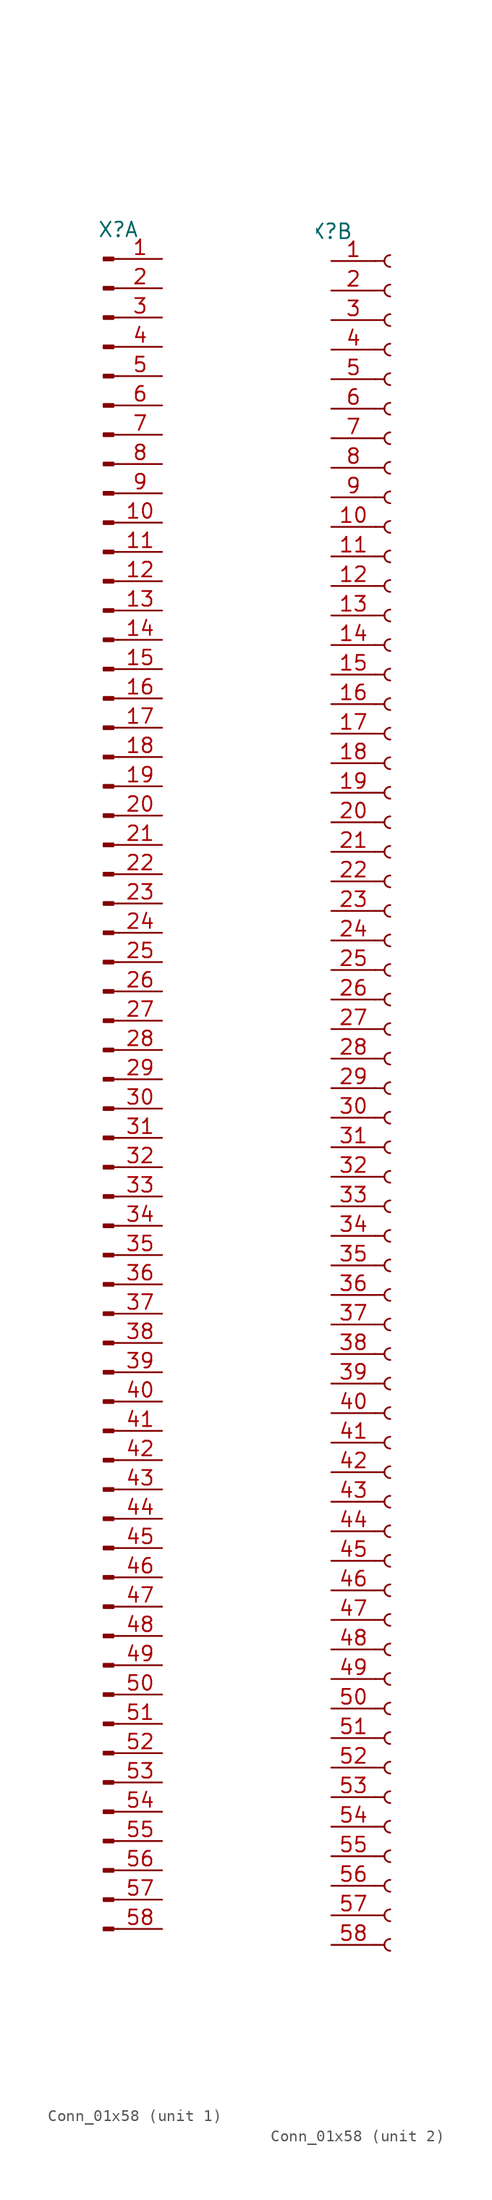
<source format=kicad_sym>
(kicad_symbol_lib
  (version 20241209)
  (generator "kicad_symbol_editor")
  (generator_version "9.0")
  (symbol "Conn_01x58"
    (pin_names
      (offset 1.016)
      (hide yes))
    (property "Reference" "X"
      (at 0 73.66 0)
      (effects (font (size 1.27 1.27))))
    (property "ki_locked" ""
      (at 0 0 0)
      (effects (font (size 1.27 1.27))))
    (symbol "Conn_01x58_1_1"
      (rectangle (start -0.406 71.247) (end -1.27 70.993) (stroke (width 0.152) (type default)) (fill (type outline)))
      (rectangle (start -0.406 68.707) (end -1.27 68.453) (stroke (width 0.152) (type default)) (fill (type outline)))
      (rectangle (start -0.406 66.167) (end -1.27 65.913) (stroke (width 0.152) (type default)) (fill (type outline)))
      (rectangle (start -0.406 63.627) (end -1.27 63.373) (stroke (width 0.152) (type default)) (fill (type outline)))
      (rectangle (start -0.406 61.087) (end -1.27 60.833) (stroke (width 0.152) (type default)) (fill (type outline)))
      (rectangle (start -0.406 58.547) (end -1.27 58.293) (stroke (width 0.152) (type default)) (fill (type outline)))
      (rectangle (start -0.406 56.007) (end -1.27 55.753) (stroke (width 0.152) (type default)) (fill (type outline)))
      (rectangle (start -0.406 53.467) (end -1.27 53.213) (stroke (width 0.152) (type default)) (fill (type outline)))
      (rectangle (start -0.406 50.927) (end -1.27 50.673) (stroke (width 0.152) (type default)) (fill (type outline)))
      (rectangle (start -0.406 48.387) (end -1.27 48.133) (stroke (width 0.152) (type default)) (fill (type outline)))
      (rectangle (start -0.406 45.847) (end -1.27 45.593) (stroke (width 0.152) (type default)) (fill (type outline)))
      (rectangle (start -0.406 43.307) (end -1.27 43.053) (stroke (width 0.152) (type default)) (fill (type outline)))
      (rectangle (start -0.406 40.767) (end -1.27 40.513) (stroke (width 0.152) (type default)) (fill (type outline)))
      (rectangle (start -0.406 38.227) (end -1.27 37.973) (stroke (width 0.152) (type default)) (fill (type outline)))
      (rectangle (start -0.406 35.687) (end -1.27 35.433) (stroke (width 0.152) (type default)) (fill (type outline)))
      (rectangle (start -0.406 33.147) (end -1.27 32.893) (stroke (width 0.152) (type default)) (fill (type outline)))
      (rectangle (start -0.406 30.607) (end -1.27 30.353) (stroke (width 0.152) (type default)) (fill (type outline)))
      (rectangle (start -0.406 28.067) (end -1.27 27.813) (stroke (width 0.152) (type default)) (fill (type outline)))
      (rectangle (start -0.406 25.527) (end -1.27 25.273) (stroke (width 0.152) (type default)) (fill (type outline)))
      (rectangle (start -0.406 22.987) (end -1.27 22.733) (stroke (width 0.152) (type default)) (fill (type outline)))
      (rectangle (start -0.406 20.447) (end -1.27 20.193) (stroke (width 0.152) (type default)) (fill (type outline)))
      (rectangle (start -0.406 17.907) (end -1.27 17.653) (stroke (width 0.152) (type default)) (fill (type outline)))
      (rectangle (start -0.406 15.367) (end -1.27 15.113) (stroke (width 0.152) (type default)) (fill (type outline)))
      (rectangle (start -0.406 12.827) (end -1.27 12.573) (stroke (width 0.152) (type default)) (fill (type outline)))
      (rectangle (start -0.406 10.287) (end -1.27 10.033) (stroke (width 0.152) (type default)) (fill (type outline)))
      (rectangle (start -0.406 7.747) (end -1.27 7.493) (stroke (width 0.152) (type default)) (fill (type outline)))
      (rectangle (start -0.406 5.207) (end -1.27 4.953) (stroke (width 0.152) (type default)) (fill (type outline)))
      (rectangle (start -0.406 2.667) (end -1.27 2.413) (stroke (width 0.152) (type default)) (fill (type outline)))
      (rectangle (start -0.406 0.127) (end -1.27 -0.127) (stroke (width 0.152) (type default)) (fill (type outline)))
      (rectangle (start -0.406 -2.413) (end -1.27 -2.667) (stroke (width 0.152) (type default)) (fill (type outline)))
      (rectangle (start -0.406 -4.953) (end -1.27 -5.207) (stroke (width 0.152) (type default)) (fill (type outline)))
      (rectangle (start -0.406 -7.493) (end -1.27 -7.747) (stroke (width 0.152) (type default)) (fill (type outline)))
      (rectangle (start -0.406 -10.033) (end -1.27 -10.287) (stroke (width 0.152) (type default)) (fill (type outline)))
      (rectangle (start -0.406 -12.573) (end -1.27 -12.827) (stroke (width 0.152) (type default)) (fill (type outline)))
      (rectangle (start -0.406 -15.113) (end -1.27 -15.367) (stroke (width 0.152) (type default)) (fill (type outline)))
      (rectangle (start -0.406 -17.653) (end -1.27 -17.907) (stroke (width 0.152) (type default)) (fill (type outline)))
      (rectangle (start -0.406 -20.193) (end -1.27 -20.447) (stroke (width 0.152) (type default)) (fill (type outline)))
      (rectangle (start -0.406 -22.733) (end -1.27 -22.987) (stroke (width 0.152) (type default)) (fill (type outline)))
      (rectangle (start -0.406 -25.273) (end -1.27 -25.527) (stroke (width 0.152) (type default)) (fill (type outline)))
      (rectangle (start -0.406 -27.813) (end -1.27 -28.067) (stroke (width 0.152) (type default)) (fill (type outline)))
      (rectangle (start -0.406 -30.353) (end -1.27 -30.607) (stroke (width 0.152) (type default)) (fill (type outline)))
      (rectangle (start -0.406 -32.893) (end -1.27 -33.147) (stroke (width 0.152) (type default)) (fill (type outline)))
      (rectangle (start -0.406 -35.433) (end -1.27 -35.687) (stroke (width 0.152) (type default)) (fill (type outline)))
      (rectangle (start -0.406 -37.973) (end -1.27 -38.227) (stroke (width 0.152) (type default)) (fill (type outline)))
      (rectangle (start -0.406 -40.513) (end -1.27 -40.767) (stroke (width 0.152) (type default)) (fill (type outline)))
      (rectangle (start -0.406 -43.053) (end -1.27 -43.307) (stroke (width 0.152) (type default)) (fill (type outline)))
      (rectangle (start -0.406 -45.593) (end -1.27 -45.847) (stroke (width 0.152) (type default)) (fill (type outline)))
      (rectangle (start -0.406 -48.133) (end -1.27 -48.387) (stroke (width 0.152) (type default)) (fill (type outline)))
      (rectangle (start -0.406 -50.673) (end -1.27 -50.927) (stroke (width 0.152) (type default)) (fill (type outline)))
      (rectangle (start -0.406 -53.213) (end -1.27 -53.467) (stroke (width 0.152) (type default)) (fill (type outline)))
      (rectangle (start -0.406 -55.753) (end -1.27 -56.007) (stroke (width 0.152) (type default)) (fill (type outline)))
      (rectangle (start -0.406 -58.293) (end -1.27 -58.547) (stroke (width 0.152) (type default)) (fill (type outline)))
      (rectangle (start -0.406 -60.833) (end -1.27 -61.087) (stroke (width 0.152) (type default)) (fill (type outline)))
      (rectangle (start -0.406 -63.373) (end -1.27 -63.627) (stroke (width 0.152) (type default)) (fill (type outline)))
      (rectangle (start -0.406 -65.913) (end -1.27 -66.167) (stroke (width 0.152) (type default)) (fill (type outline)))
      (rectangle (start -0.406 -68.453) (end -1.27 -68.707) (stroke (width 0.152) (type default)) (fill (type outline)))
      (rectangle (start -0.406 -70.993) (end -1.27 -71.247) (stroke (width 0.152) (type default)) (fill (type outline)))
      (rectangle (start -0.406 -73.533) (end -1.27 -73.787) (stroke (width 0.152) (type default)) (fill (type outline)))
      (polyline (pts (xy 0 71.12) (xy -0.406 71.12)) (stroke (width 0.152) (type default)) (fill (type none)))
      (polyline (pts (xy 0 68.58) (xy -0.406 68.58)) (stroke (width 0.152) (type default)) (fill (type none)))
      (polyline (pts (xy 0 66.04) (xy -0.406 66.04)) (stroke (width 0.152) (type default)) (fill (type none)))
      (polyline (pts (xy 0 63.5) (xy -0.406 63.5)) (stroke (width 0.152) (type default)) (fill (type none)))
      (polyline (pts (xy 0 60.96) (xy -0.406 60.96)) (stroke (width 0.152) (type default)) (fill (type none)))
      (polyline (pts (xy 0 58.42) (xy -0.406 58.42)) (stroke (width 0.152) (type default)) (fill (type none)))
      (polyline (pts (xy 0 55.88) (xy -0.406 55.88)) (stroke (width 0.152) (type default)) (fill (type none)))
      (polyline (pts (xy 0 53.34) (xy -0.406 53.34)) (stroke (width 0.152) (type default)) (fill (type none)))
      (polyline (pts (xy 0 50.8) (xy -0.406 50.8)) (stroke (width 0.152) (type default)) (fill (type none)))
      (polyline (pts (xy 0 48.26) (xy -0.406 48.26)) (stroke (width 0.152) (type default)) (fill (type none)))
      (polyline (pts (xy 0 45.72) (xy -0.406 45.72)) (stroke (width 0.152) (type default)) (fill (type none)))
      (polyline (pts (xy 0 43.18) (xy -0.406 43.18)) (stroke (width 0.152) (type default)) (fill (type none)))
      (polyline (pts (xy 0 40.64) (xy -0.406 40.64)) (stroke (width 0.152) (type default)) (fill (type none)))
      (polyline (pts (xy 0 38.1) (xy -0.406 38.1)) (stroke (width 0.152) (type default)) (fill (type none)))
      (polyline (pts (xy 0 35.56) (xy -0.406 35.56)) (stroke (width 0.152) (type default)) (fill (type none)))
      (polyline (pts (xy 0 33.02) (xy -0.406 33.02)) (stroke (width 0.152) (type default)) (fill (type none)))
      (polyline (pts (xy 0 30.48) (xy -0.406 30.48)) (stroke (width 0.152) (type default)) (fill (type none)))
      (polyline (pts (xy 0 27.94) (xy -0.406 27.94)) (stroke (width 0.152) (type default)) (fill (type none)))
      (polyline (pts (xy 0 25.4) (xy -0.406 25.4)) (stroke (width 0.152) (type default)) (fill (type none)))
      (polyline (pts (xy 0 22.86) (xy -0.406 22.86)) (stroke (width 0.152) (type default)) (fill (type none)))
      (polyline (pts (xy 0 20.32) (xy -0.406 20.32)) (stroke (width 0.152) (type default)) (fill (type none)))
      (polyline (pts (xy 0 17.78) (xy -0.406 17.78)) (stroke (width 0.152) (type default)) (fill (type none)))
      (polyline (pts (xy 0 15.24) (xy -0.406 15.24)) (stroke (width 0.152) (type default)) (fill (type none)))
      (polyline (pts (xy 0 12.7) (xy -0.406 12.7)) (stroke (width 0.152) (type default)) (fill (type none)))
      (polyline (pts (xy 0 10.16) (xy -0.406 10.16)) (stroke (width 0.152) (type default)) (fill (type none)))
      (polyline (pts (xy 0 7.62) (xy -0.406 7.62)) (stroke (width 0.152) (type default)) (fill (type none)))
      (polyline (pts (xy 0 5.08) (xy -0.406 5.08)) (stroke (width 0.152) (type default)) (fill (type none)))
      (polyline (pts (xy 0 2.54) (xy -0.406 2.54)) (stroke (width 0.152) (type default)) (fill (type none)))
      (polyline (pts (xy 0 0) (xy -0.406 0)) (stroke (width 0.152) (type default)) (fill (type none)))
      (polyline (pts (xy 0 -2.54) (xy -0.406 -2.54)) (stroke (width 0.152) (type default)) (fill (type none)))
      (polyline (pts (xy 0 -5.08) (xy -0.406 -5.08)) (stroke (width 0.152) (type default)) (fill (type none)))
      (polyline (pts (xy 0 -7.62) (xy -0.406 -7.62)) (stroke (width 0.152) (type default)) (fill (type none)))
      (polyline (pts (xy 0 -10.16) (xy -0.406 -10.16)) (stroke (width 0.152) (type default)) (fill (type none)))
      (polyline (pts (xy 0 -12.7) (xy -0.406 -12.7)) (stroke (width 0.152) (type default)) (fill (type none)))
      (polyline (pts (xy 0 -15.24) (xy -0.406 -15.24)) (stroke (width 0.152) (type default)) (fill (type none)))
      (polyline (pts (xy 0 -17.78) (xy -0.406 -17.78)) (stroke (width 0.152) (type default)) (fill (type none)))
      (polyline (pts (xy 0 -20.32) (xy -0.406 -20.32)) (stroke (width 0.152) (type default)) (fill (type none)))
      (polyline (pts (xy 0 -22.86) (xy -0.406 -22.86)) (stroke (width 0.152) (type default)) (fill (type none)))
      (polyline (pts (xy 0 -25.4) (xy -0.406 -25.4)) (stroke (width 0.152) (type default)) (fill (type none)))
      (polyline (pts (xy 0 -27.94) (xy -0.406 -27.94)) (stroke (width 0.152) (type default)) (fill (type none)))
      (polyline (pts (xy 0 -30.48) (xy -0.406 -30.48)) (stroke (width 0.152) (type default)) (fill (type none)))
      (polyline (pts (xy 0 -33.02) (xy -0.406 -33.02)) (stroke (width 0.152) (type default)) (fill (type none)))
      (polyline (pts (xy 0 -35.56) (xy -0.406 -35.56)) (stroke (width 0.152) (type default)) (fill (type none)))
      (polyline (pts (xy 0 -38.1) (xy -0.406 -38.1)) (stroke (width 0.152) (type default)) (fill (type none)))
      (polyline (pts (xy 0 -40.64) (xy -0.406 -40.64)) (stroke (width 0.152) (type default)) (fill (type none)))
      (polyline (pts (xy 0 -43.18) (xy -0.406 -43.18)) (stroke (width 0.152) (type default)) (fill (type none)))
      (polyline (pts (xy 0 -45.72) (xy -0.406 -45.72)) (stroke (width 0.152) (type default)) (fill (type none)))
      (polyline (pts (xy 0 -48.26) (xy -0.406 -48.26)) (stroke (width 0.152) (type default)) (fill (type none)))
      (polyline (pts (xy 0 -50.8) (xy -0.406 -50.8)) (stroke (width 0.152) (type default)) (fill (type none)))
      (polyline (pts (xy 0 -53.34) (xy -0.406 -53.34)) (stroke (width 0.152) (type default)) (fill (type none)))
      (polyline (pts (xy 0 -55.88) (xy -0.406 -55.88)) (stroke (width 0.152) (type default)) (fill (type none)))
      (polyline (pts (xy 0 -58.42) (xy -0.406 -58.42)) (stroke (width 0.152) (type default)) (fill (type none)))
      (polyline (pts (xy 0 -60.96) (xy -0.406 -60.96)) (stroke (width 0.152) (type default)) (fill (type none)))
      (polyline (pts (xy 0 -63.5) (xy -0.406 -63.5)) (stroke (width 0.152) (type default)) (fill (type none)))
      (polyline (pts (xy 0 -66.04) (xy -0.406 -66.04)) (stroke (width 0.152) (type default)) (fill (type none)))
      (polyline (pts (xy 0 -68.58) (xy -0.406 -68.58)) (stroke (width 0.152) (type default)) (fill (type none)))
      (polyline (pts (xy 0 -71.12) (xy -0.406 -71.12)) (stroke (width 0.152) (type default)) (fill (type none)))
      (polyline (pts (xy 0 -73.66) (xy -0.406 -73.66)) (stroke (width 0.152) (type default)) (fill (type none)))
      (pin passive line (at 3.81 71.12 180) (length 3.81) (name "Pin_1" (effects (font (size 1.27 1.27)))) (number "1" (effects (font (size 1.27 1.27)))))
      (pin passive line (at 3.81 68.58 180) (length 3.81) (name "Pin_2" (effects (font (size 1.27 1.27)))) (number "2" (effects (font (size 1.27 1.27)))))
      (pin passive line (at 3.81 66.04 180) (length 3.81) (name "Pin_3" (effects (font (size 1.27 1.27)))) (number "3" (effects (font (size 1.27 1.27)))))
      (pin passive line (at 3.81 63.5 180) (length 3.81) (name "Pin_4" (effects (font (size 1.27 1.27)))) (number "4" (effects (font (size 1.27 1.27)))))
      (pin passive line (at 3.81 60.96 180) (length 3.81) (name "Pin_5" (effects (font (size 1.27 1.27)))) (number "5" (effects (font (size 1.27 1.27)))))
      (pin passive line (at 3.81 58.42 180) (length 3.81) (name "Pin_6" (effects (font (size 1.27 1.27)))) (number "6" (effects (font (size 1.27 1.27)))))
      (pin passive line (at 3.81 55.88 180) (length 3.81) (name "Pin_7" (effects (font (size 1.27 1.27)))) (number "7" (effects (font (size 1.27 1.27)))))
      (pin passive line (at 3.81 53.34 180) (length 3.81) (name "Pin_8" (effects (font (size 1.27 1.27)))) (number "8" (effects (font (size 1.27 1.27)))))
      (pin passive line (at 3.81 50.8 180) (length 3.81) (name "Pin_9" (effects (font (size 1.27 1.27)))) (number "9" (effects (font (size 1.27 1.27)))))
      (pin passive line (at 3.81 48.26 180) (length 3.81) (name "Pin_10" (effects (font (size 1.27 1.27)))) (number "10" (effects (font (size 1.27 1.27)))))
      (pin passive line (at 3.81 45.72 180) (length 3.81) (name "Pin_11" (effects (font (size 1.27 1.27)))) (number "11" (effects (font (size 1.27 1.27)))))
      (pin passive line (at 3.81 43.18 180) (length 3.81) (name "Pin_12" (effects (font (size 1.27 1.27)))) (number "12" (effects (font (size 1.27 1.27)))))
      (pin passive line (at 3.81 40.64 180) (length 3.81) (name "Pin_13" (effects (font (size 1.27 1.27)))) (number "13" (effects (font (size 1.27 1.27)))))
      (pin passive line (at 3.81 38.1 180) (length 3.81) (name "Pin_14" (effects (font (size 1.27 1.27)))) (number "14" (effects (font (size 1.27 1.27)))))
      (pin passive line (at 3.81 35.56 180) (length 3.81) (name "Pin_15" (effects (font (size 1.27 1.27)))) (number "15" (effects (font (size 1.27 1.27)))))
      (pin passive line (at 3.81 33.02 180) (length 3.81) (name "Pin_16" (effects (font (size 1.27 1.27)))) (number "16" (effects (font (size 1.27 1.27)))))
      (pin passive line (at 3.81 30.48 180) (length 3.81) (name "Pin_17" (effects (font (size 1.27 1.27)))) (number "17" (effects (font (size 1.27 1.27)))))
      (pin passive line (at 3.81 27.94 180) (length 3.81) (name "Pin_18" (effects (font (size 1.27 1.27)))) (number "18" (effects (font (size 1.27 1.27)))))
      (pin passive line (at 3.81 25.4 180) (length 3.81) (name "Pin_19" (effects (font (size 1.27 1.27)))) (number "19" (effects (font (size 1.27 1.27)))))
      (pin passive line (at 3.81 22.86 180) (length 3.81) (name "Pin_20" (effects (font (size 1.27 1.27)))) (number "20" (effects (font (size 1.27 1.27)))))
      (pin passive line (at 3.81 20.32 180) (length 3.81) (name "Pin_21" (effects (font (size 1.27 1.27)))) (number "21" (effects (font (size 1.27 1.27)))))
      (pin passive line (at 3.81 17.78 180) (length 3.81) (name "Pin_22" (effects (font (size 1.27 1.27)))) (number "22" (effects (font (size 1.27 1.27)))))
      (pin passive line (at 3.81 15.24 180) (length 3.81) (name "Pin_23" (effects (font (size 1.27 1.27)))) (number "23" (effects (font (size 1.27 1.27)))))
      (pin passive line (at 3.81 12.7 180) (length 3.81) (name "Pin_24" (effects (font (size 1.27 1.27)))) (number "24" (effects (font (size 1.27 1.27)))))
      (pin passive line (at 3.81 10.16 180) (length 3.81) (name "Pin_25" (effects (font (size 1.27 1.27)))) (number "25" (effects (font (size 1.27 1.27)))))
      (pin passive line (at 3.81 7.62 180) (length 3.81) (name "Pin_26" (effects (font (size 1.27 1.27)))) (number "26" (effects (font (size 1.27 1.27)))))
      (pin passive line (at 3.81 5.08 180) (length 3.81) (name "Pin_27" (effects (font (size 1.27 1.27)))) (number "27" (effects (font (size 1.27 1.27)))))
      (pin passive line (at 3.81 2.54 180) (length 3.81) (name "Pin_28" (effects (font (size 1.27 1.27)))) (number "28" (effects (font (size 1.27 1.27)))))
      (pin passive line (at 3.81 0 180) (length 3.81) (name "Pin_29" (effects (font (size 1.27 1.27)))) (number "29" (effects (font (size 1.27 1.27)))))
      (pin passive line (at 3.81 -2.54 180) (length 3.81) (name "Pin_30" (effects (font (size 1.27 1.27)))) (number "30" (effects (font (size 1.27 1.27)))))
      (pin passive line (at 3.81 -5.08 180) (length 3.81) (name "Pin_31" (effects (font (size 1.27 1.27)))) (number "31" (effects (font (size 1.27 1.27)))))
      (pin passive line (at 3.81 -7.62 180) (length 3.81) (name "Pin_32" (effects (font (size 1.27 1.27)))) (number "32" (effects (font (size 1.27 1.27)))))
      (pin passive line (at 3.81 -10.16 180) (length 3.81) (name "Pin_33" (effects (font (size 1.27 1.27)))) (number "33" (effects (font (size 1.27 1.27)))))
      (pin passive line (at 3.81 -12.7 180) (length 3.81) (name "Pin_34" (effects (font (size 1.27 1.27)))) (number "34" (effects (font (size 1.27 1.27)))))
      (pin passive line (at 3.81 -15.24 180) (length 3.81) (name "Pin_35" (effects (font (size 1.27 1.27)))) (number "35" (effects (font (size 1.27 1.27)))))
      (pin passive line (at 3.81 -17.78 180) (length 3.81) (name "Pin_36" (effects (font (size 1.27 1.27)))) (number "36" (effects (font (size 1.27 1.27)))))
      (pin passive line (at 3.81 -20.32 180) (length 3.81) (name "Pin_37" (effects (font (size 1.27 1.27)))) (number "37" (effects (font (size 1.27 1.27)))))
      (pin passive line (at 3.81 -22.86 180) (length 3.81) (name "Pin_38" (effects (font (size 1.27 1.27)))) (number "38" (effects (font (size 1.27 1.27)))))
      (pin passive line (at 3.81 -25.4 180) (length 3.81) (name "Pin_39" (effects (font (size 1.27 1.27)))) (number "39" (effects (font (size 1.27 1.27)))))
      (pin passive line (at 3.81 -27.94 180) (length 3.81) (name "Pin_40" (effects (font (size 1.27 1.27)))) (number "40" (effects (font (size 1.27 1.27)))))
      (pin passive line (at 3.81 -30.48 180) (length 3.81) (name "Pin_41" (effects (font (size 1.27 1.27)))) (number "41" (effects (font (size 1.27 1.27)))))
      (pin passive line (at 3.81 -33.02 180) (length 3.81) (name "Pin_42" (effects (font (size 1.27 1.27)))) (number "42" (effects (font (size 1.27 1.27)))))
      (pin passive line (at 3.81 -35.56 180) (length 3.81) (name "Pin_43" (effects (font (size 1.27 1.27)))) (number "43" (effects (font (size 1.27 1.27)))))
      (pin passive line (at 3.81 -38.1 180) (length 3.81) (name "Pin_44" (effects (font (size 1.27 1.27)))) (number "44" (effects (font (size 1.27 1.27)))))
      (pin passive line (at 3.81 -40.64 180) (length 3.81) (name "Pin_45" (effects (font (size 1.27 1.27)))) (number "45" (effects (font (size 1.27 1.27)))))
      (pin passive line (at 3.81 -43.18 180) (length 3.81) (name "Pin_46" (effects (font (size 1.27 1.27)))) (number "46" (effects (font (size 1.27 1.27)))))
      (pin passive line (at 3.81 -45.72 180) (length 3.81) (name "Pin_47" (effects (font (size 1.27 1.27)))) (number "47" (effects (font (size 1.27 1.27)))))
      (pin passive line (at 3.81 -48.26 180) (length 3.81) (name "Pin_48" (effects (font (size 1.27 1.27)))) (number "48" (effects (font (size 1.27 1.27)))))
      (pin passive line (at 3.81 -50.8 180) (length 3.81) (name "Pin_49" (effects (font (size 1.27 1.27)))) (number "49" (effects (font (size 1.27 1.27)))))
      (pin passive line (at 3.81 -53.34 180) (length 3.81) (name "Pin_50" (effects (font (size 1.27 1.27)))) (number "50" (effects (font (size 1.27 1.27)))))
      (pin passive line (at 3.81 -55.88 180) (length 3.81) (name "Pin_51" (effects (font (size 1.27 1.27)))) (number "51" (effects (font (size 1.27 1.27)))))
      (pin passive line (at 3.81 -58.42 180) (length 3.81) (name "Pin_52" (effects (font (size 1.27 1.27)))) (number "52" (effects (font (size 1.27 1.27)))))
      (pin passive line (at 3.81 -60.96 180) (length 3.81) (name "Pin_53" (effects (font (size 1.27 1.27)))) (number "53" (effects (font (size 1.27 1.27)))))
      (pin passive line (at 3.81 -63.5 180) (length 3.81) (name "Pin_54" (effects (font (size 1.27 1.27)))) (number "54" (effects (font (size 1.27 1.27)))))
      (pin passive line (at 3.81 -66.04 180) (length 3.81) (name "Pin_55" (effects (font (size 1.27 1.27)))) (number "55" (effects (font (size 1.27 1.27)))))
      (pin passive line (at 3.81 -68.58 180) (length 3.81) (name "Pin_56" (effects (font (size 1.27 1.27)))) (number "56" (effects (font (size 1.27 1.27)))))
      (pin passive line (at 3.81 -71.12 180) (length 3.81) (name "Pin_57" (effects (font (size 1.27 1.27)))) (number "57" (effects (font (size 1.27 1.27)))))
      (pin passive line (at 3.81 -73.66 180) (length 3.81) (name "Pin_58" (effects (font (size 1.27 1.27)))) (number "58" (effects (font (size 1.27 1.27))))))
    (symbol "Conn_01x58_2_1"
      (polyline (pts (xy 3.81 71.12) (xy 4.572 71.12)) (stroke (width 0.152) (type default)) (fill (type none)))
      (polyline (pts (xy 3.81 68.58) (xy 4.572 68.58)) (stroke (width 0.152) (type default)) (fill (type none)))
      (polyline (pts (xy 3.81 66.04) (xy 4.572 66.04)) (stroke (width 0.152) (type default)) (fill (type none)))
      (polyline (pts (xy 3.81 63.5) (xy 4.572 63.5)) (stroke (width 0.152) (type default)) (fill (type none)))
      (polyline (pts (xy 3.81 60.96) (xy 4.572 60.96)) (stroke (width 0.152) (type default)) (fill (type none)))
      (polyline (pts (xy 3.81 58.42) (xy 4.572 58.42)) (stroke (width 0.152) (type default)) (fill (type none)))
      (polyline (pts (xy 3.81 55.88) (xy 4.572 55.88)) (stroke (width 0.152) (type default)) (fill (type none)))
      (polyline (pts (xy 3.81 53.34) (xy 4.572 53.34)) (stroke (width 0.152) (type default)) (fill (type none)))
      (polyline (pts (xy 3.81 50.8) (xy 4.572 50.8)) (stroke (width 0.152) (type default)) (fill (type none)))
      (polyline (pts (xy 3.81 48.26) (xy 4.572 48.26)) (stroke (width 0.152) (type default)) (fill (type none)))
      (polyline (pts (xy 3.81 45.72) (xy 4.572 45.72)) (stroke (width 0.152) (type default)) (fill (type none)))
      (polyline (pts (xy 3.81 43.18) (xy 4.572 43.18)) (stroke (width 0.152) (type default)) (fill (type none)))
      (polyline (pts (xy 3.81 40.64) (xy 4.572 40.64)) (stroke (width 0.152) (type default)) (fill (type none)))
      (polyline (pts (xy 3.81 38.1) (xy 4.572 38.1)) (stroke (width 0.152) (type default)) (fill (type none)))
      (polyline (pts (xy 3.81 35.56) (xy 4.572 35.56)) (stroke (width 0.152) (type default)) (fill (type none)))
      (polyline (pts (xy 3.81 33.02) (xy 4.572 33.02)) (stroke (width 0.152) (type default)) (fill (type none)))
      (polyline (pts (xy 3.81 30.48) (xy 4.572 30.48)) (stroke (width 0.152) (type default)) (fill (type none)))
      (polyline (pts (xy 3.81 27.94) (xy 4.572 27.94)) (stroke (width 0.152) (type default)) (fill (type none)))
      (polyline (pts (xy 3.81 25.4) (xy 4.572 25.4)) (stroke (width 0.152) (type default)) (fill (type none)))
      (polyline (pts (xy 3.81 22.86) (xy 4.572 22.86)) (stroke (width 0.152) (type default)) (fill (type none)))
      (polyline (pts (xy 3.81 20.32) (xy 4.572 20.32)) (stroke (width 0.152) (type default)) (fill (type none)))
      (polyline (pts (xy 3.81 17.78) (xy 4.572 17.78)) (stroke (width 0.152) (type default)) (fill (type none)))
      (polyline (pts (xy 3.81 15.24) (xy 4.572 15.24)) (stroke (width 0.152) (type default)) (fill (type none)))
      (polyline (pts (xy 3.81 12.7) (xy 4.572 12.7)) (stroke (width 0.152) (type default)) (fill (type none)))
      (polyline (pts (xy 3.81 10.16) (xy 4.572 10.16)) (stroke (width 0.152) (type default)) (fill (type none)))
      (polyline (pts (xy 3.81 7.62) (xy 4.572 7.62)) (stroke (width 0.152) (type default)) (fill (type none)))
      (polyline (pts (xy 3.81 5.08) (xy 4.572 5.08)) (stroke (width 0.152) (type default)) (fill (type none)))
      (polyline (pts (xy 3.81 2.54) (xy 4.572 2.54)) (stroke (width 0.152) (type default)) (fill (type none)))
      (polyline (pts (xy 3.81 0) (xy 4.572 0)) (stroke (width 0.152) (type default)) (fill (type none)))
      (polyline (pts (xy 3.81 -2.54) (xy 4.572 -2.54)) (stroke (width 0.152) (type default)) (fill (type none)))
      (polyline (pts (xy 3.81 -5.08) (xy 4.572 -5.08)) (stroke (width 0.152) (type default)) (fill (type none)))
      (polyline (pts (xy 3.81 -7.62) (xy 4.572 -7.62)) (stroke (width 0.152) (type default)) (fill (type none)))
      (polyline (pts (xy 3.81 -10.16) (xy 4.572 -10.16)) (stroke (width 0.152) (type default)) (fill (type none)))
      (polyline (pts (xy 3.81 -12.7) (xy 4.572 -12.7)) (stroke (width 0.152) (type default)) (fill (type none)))
      (polyline (pts (xy 3.81 -15.24) (xy 4.572 -15.24)) (stroke (width 0.152) (type default)) (fill (type none)))
      (polyline (pts (xy 3.81 -17.78) (xy 4.572 -17.78)) (stroke (width 0.152) (type default)) (fill (type none)))
      (polyline (pts (xy 3.81 -20.32) (xy 4.572 -20.32)) (stroke (width 0.152) (type default)) (fill (type none)))
      (polyline (pts (xy 3.81 -22.86) (xy 4.572 -22.86)) (stroke (width 0.152) (type default)) (fill (type none)))
      (polyline (pts (xy 3.81 -25.4) (xy 4.572 -25.4)) (stroke (width 0.152) (type default)) (fill (type none)))
      (polyline (pts (xy 3.81 -27.94) (xy 4.572 -27.94)) (stroke (width 0.152) (type default)) (fill (type none)))
      (polyline (pts (xy 3.81 -30.48) (xy 4.572 -30.48)) (stroke (width 0.152) (type default)) (fill (type none)))
      (polyline (pts (xy 3.81 -33.02) (xy 4.572 -33.02)) (stroke (width 0.152) (type default)) (fill (type none)))
      (polyline (pts (xy 3.81 -35.56) (xy 4.572 -35.56)) (stroke (width 0.152) (type default)) (fill (type none)))
      (polyline (pts (xy 3.81 -38.1) (xy 4.572 -38.1)) (stroke (width 0.152) (type default)) (fill (type none)))
      (polyline (pts (xy 3.81 -40.64) (xy 4.572 -40.64)) (stroke (width 0.152) (type default)) (fill (type none)))
      (polyline (pts (xy 3.81 -43.18) (xy 4.572 -43.18)) (stroke (width 0.152) (type default)) (fill (type none)))
      (polyline (pts (xy 3.81 -45.72) (xy 4.572 -45.72)) (stroke (width 0.152) (type default)) (fill (type none)))
      (polyline (pts (xy 3.81 -48.26) (xy 4.572 -48.26)) (stroke (width 0.152) (type default)) (fill (type none)))
      (polyline (pts (xy 3.81 -50.8) (xy 4.572 -50.8)) (stroke (width 0.152) (type default)) (fill (type none)))
      (polyline (pts (xy 3.81 -53.34) (xy 4.572 -53.34)) (stroke (width 0.152) (type default)) (fill (type none)))
      (polyline (pts (xy 3.81 -55.88) (xy 4.572 -55.88)) (stroke (width 0.152) (type default)) (fill (type none)))
      (polyline (pts (xy 3.81 -58.42) (xy 4.572 -58.42)) (stroke (width 0.152) (type default)) (fill (type none)))
      (polyline (pts (xy 3.81 -60.96) (xy 4.572 -60.96)) (stroke (width 0.152) (type default)) (fill (type none)))
      (polyline (pts (xy 3.81 -63.5) (xy 4.572 -63.5)) (stroke (width 0.152) (type default)) (fill (type none)))
      (polyline (pts (xy 3.81 -66.04) (xy 4.572 -66.04)) (stroke (width 0.152) (type default)) (fill (type none)))
      (polyline (pts (xy 3.81 -68.58) (xy 4.572 -68.58)) (stroke (width 0.152) (type default)) (fill (type none)))
      (polyline (pts (xy 3.81 -71.12) (xy 4.572 -71.12)) (stroke (width 0.152) (type default)) (fill (type none)))
      (polyline (pts (xy 3.81 -73.66) (xy 4.572 -73.66)) (stroke (width 0.152) (type default)) (fill (type none)))
      (arc (start 5.08 70.612) (mid 4.5742 71.12) (end 5.08 71.628) (stroke (width 0.1524) (type default)) (fill (type none)))
      (arc (start 5.08 68.072) (mid 4.5742 68.58) (end 5.08 69.088) (stroke (width 0.1524) (type default)) (fill (type none)))
      (arc (start 5.08 65.532) (mid 4.5742 66.04) (end 5.08 66.548) (stroke (width 0.1524) (type default)) (fill (type none)))
      (arc (start 5.08 62.992) (mid 4.5742 63.5) (end 5.08 64.008) (stroke (width 0.1524) (type default)) (fill (type none)))
      (arc (start 5.08 60.452) (mid 4.5742 60.96) (end 5.08 61.468) (stroke (width 0.1524) (type default)) (fill (type none)))
      (arc (start 5.08 57.912) (mid 4.5742 58.42) (end 5.08 58.928) (stroke (width 0.1524) (type default)) (fill (type none)))
      (arc (start 5.08 55.372) (mid 4.5742 55.88) (end 5.08 56.388) (stroke (width 0.1524) (type default)) (fill (type none)))
      (arc (start 5.08 52.832) (mid 4.5742 53.34) (end 5.08 53.848) (stroke (width 0.1524) (type default)) (fill (type none)))
      (arc (start 5.08 50.292) (mid 4.5742 50.8) (end 5.08 51.308) (stroke (width 0.1524) (type default)) (fill (type none)))
      (arc (start 5.08 47.752) (mid 4.5742 48.26) (end 5.08 48.768) (stroke (width 0.1524) (type default)) (fill (type none)))
      (arc (start 5.08 45.212) (mid 4.5742 45.72) (end 5.08 46.228) (stroke (width 0.1524) (type default)) (fill (type none)))
      (arc (start 5.08 42.672) (mid 4.5742 43.18) (end 5.08 43.688) (stroke (width 0.1524) (type default)) (fill (type none)))
      (arc (start 5.08 40.132) (mid 4.5742 40.64) (end 5.08 41.148) (stroke (width 0.1524) (type default)) (fill (type none)))
      (arc (start 5.08 37.592) (mid 4.5742 38.1) (end 5.08 38.608) (stroke (width 0.1524) (type default)) (fill (type none)))
      (arc (start 5.08 35.052) (mid 4.5742 35.56) (end 5.08 36.068) (stroke (width 0.1524) (type default)) (fill (type none)))
      (arc (start 5.08 32.512) (mid 4.5742 33.02) (end 5.08 33.528) (stroke (width 0.1524) (type default)) (fill (type none)))
      (arc (start 5.08 29.972) (mid 4.5742 30.48) (end 5.08 30.988) (stroke (width 0.1524) (type default)) (fill (type none)))
      (arc (start 5.08 27.432) (mid 4.5742 27.94) (end 5.08 28.448) (stroke (width 0.1524) (type default)) (fill (type none)))
      (arc (start 5.08 24.892) (mid 4.5742 25.4) (end 5.08 25.908) (stroke (width 0.1524) (type default)) (fill (type none)))
      (arc (start 5.08 22.352) (mid 4.5742 22.86) (end 5.08 23.368) (stroke (width 0.1524) (type default)) (fill (type none)))
      (arc (start 5.08 19.812) (mid 4.5742 20.32) (end 5.08 20.828) (stroke (width 0.1524) (type default)) (fill (type none)))
      (arc (start 5.08 17.272) (mid 4.5742 17.78) (end 5.08 18.288) (stroke (width 0.1524) (type default)) (fill (type none)))
      (arc (start 5.08 14.732) (mid 4.5742 15.24) (end 5.08 15.748) (stroke (width 0.1524) (type default)) (fill (type none)))
      (arc (start 5.08 12.192) (mid 4.5742 12.7) (end 5.08 13.208) (stroke (width 0.1524) (type default)) (fill (type none)))
      (arc (start 5.08 9.652) (mid 4.5742 10.16) (end 5.08 10.668) (stroke (width 0.1524) (type default)) (fill (type none)))
      (arc (start 5.08 7.112) (mid 4.5742 7.62) (end 5.08 8.128) (stroke (width 0.1524) (type default)) (fill (type none)))
      (arc (start 5.08 4.572) (mid 4.5742 5.08) (end 5.08 5.588) (stroke (width 0.1524) (type default)) (fill (type none)))
      (arc (start 5.08 2.032) (mid 4.5742 2.54) (end 5.08 3.048) (stroke (width 0.1524) (type default)) (fill (type none)))
      (arc (start 5.08 -0.508) (mid 4.5742 0) (end 5.08 0.508) (stroke (width 0.1524) (type default)) (fill (type none)))
      (arc (start 5.08 -3.048) (mid 4.5742 -2.54) (end 5.08 -2.032) (stroke (width 0.1524) (type default)) (fill (type none)))
      (arc (start 5.08 -5.588) (mid 4.5742 -5.08) (end 5.08 -4.572) (stroke (width 0.1524) (type default)) (fill (type none)))
      (arc (start 5.08 -8.128) (mid 4.5742 -7.62) (end 5.08 -7.112) (stroke (width 0.1524) (type default)) (fill (type none)))
      (arc (start 5.08 -10.668) (mid 4.5742 -10.16) (end 5.08 -9.652) (stroke (width 0.1524) (type default)) (fill (type none)))
      (arc (start 5.08 -13.208) (mid 4.5742 -12.7) (end 5.08 -12.192) (stroke (width 0.1524) (type default)) (fill (type none)))
      (arc (start 5.08 -15.748) (mid 4.5742 -15.24) (end 5.08 -14.732) (stroke (width 0.1524) (type default)) (fill (type none)))
      (arc (start 5.08 -18.288) (mid 4.5742 -17.78) (end 5.08 -17.272) (stroke (width 0.1524) (type default)) (fill (type none)))
      (arc (start 5.08 -20.828) (mid 4.5742 -20.32) (end 5.08 -19.812) (stroke (width 0.1524) (type default)) (fill (type none)))
      (arc (start 5.08 -23.368) (mid 4.5742 -22.86) (end 5.08 -22.352) (stroke (width 0.1524) (type default)) (fill (type none)))
      (arc (start 5.08 -25.908) (mid 4.5742 -25.4) (end 5.08 -24.892) (stroke (width 0.1524) (type default)) (fill (type none)))
      (arc (start 5.08 -28.448) (mid 4.5742 -27.94) (end 5.08 -27.432) (stroke (width 0.1524) (type default)) (fill (type none)))
      (arc (start 5.08 -30.988) (mid 4.5742 -30.48) (end 5.08 -29.972) (stroke (width 0.1524) (type default)) (fill (type none)))
      (arc (start 5.08 -33.528) (mid 4.5742 -33.02) (end 5.08 -32.512) (stroke (width 0.1524) (type default)) (fill (type none)))
      (arc (start 5.08 -36.068) (mid 4.5742 -35.56) (end 5.08 -35.052) (stroke (width 0.1524) (type default)) (fill (type none)))
      (arc (start 5.08 -38.608) (mid 4.5742 -38.1) (end 5.08 -37.592) (stroke (width 0.1524) (type default)) (fill (type none)))
      (arc (start 5.08 -41.148) (mid 4.5742 -40.64) (end 5.08 -40.132) (stroke (width 0.1524) (type default)) (fill (type none)))
      (arc (start 5.08 -43.688) (mid 4.5742 -43.18) (end 5.08 -42.672) (stroke (width 0.1524) (type default)) (fill (type none)))
      (arc (start 5.08 -46.228) (mid 4.5742 -45.72) (end 5.08 -45.212) (stroke (width 0.1524) (type default)) (fill (type none)))
      (arc (start 5.08 -48.768) (mid 4.5742 -48.26) (end 5.08 -47.752) (stroke (width 0.1524) (type default)) (fill (type none)))
      (arc (start 5.08 -51.308) (mid 4.5742 -50.8) (end 5.08 -50.292) (stroke (width 0.1524) (type default)) (fill (type none)))
      (arc (start 5.08 -53.848) (mid 4.5742 -53.34) (end 5.08 -52.832) (stroke (width 0.1524) (type default)) (fill (type none)))
      (arc (start 5.08 -56.388) (mid 4.5742 -55.88) (end 5.08 -55.372) (stroke (width 0.1524) (type default)) (fill (type none)))
      (arc (start 5.08 -58.928) (mid 4.5742 -58.42) (end 5.08 -57.912) (stroke (width 0.1524) (type default)) (fill (type none)))
      (arc (start 5.08 -61.468) (mid 4.5742 -60.96) (end 5.08 -60.452) (stroke (width 0.1524) (type default)) (fill (type none)))
      (arc (start 5.08 -64.008) (mid 4.5742 -63.5) (end 5.08 -62.992) (stroke (width 0.1524) (type default)) (fill (type none)))
      (arc (start 5.08 -66.548) (mid 4.5742 -66.04) (end 5.08 -65.532) (stroke (width 0.1524) (type default)) (fill (type none)))
      (arc (start 5.08 -69.088) (mid 4.5742 -68.58) (end 5.08 -68.072) (stroke (width 0.1524) (type default)) (fill (type none)))
      (arc (start 5.08 -71.628) (mid 4.5742 -71.12) (end 5.08 -70.612) (stroke (width 0.1524) (type default)) (fill (type none)))
      (arc (start 5.08 -74.168) (mid 4.5742 -73.66) (end 5.08 -73.152) (stroke (width 0.1524) (type default)) (fill (type none)))
      (pin passive line (at 0 71.12 0) (length 3.81) (name "Pin_1" (effects (font (size 1.27 1.27)))) (number "1" (effects (font (size 1.27 1.27)))))
      (pin passive line (at 0 68.58 0) (length 3.81) (name "Pin_2" (effects (font (size 1.27 1.27)))) (number "2" (effects (font (size 1.27 1.27)))))
      (pin passive line (at 0 66.04 0) (length 3.81) (name "Pin_3" (effects (font (size 1.27 1.27)))) (number "3" (effects (font (size 1.27 1.27)))))
      (pin passive line (at 0 63.5 0) (length 3.81) (name "Pin_4" (effects (font (size 1.27 1.27)))) (number "4" (effects (font (size 1.27 1.27)))))
      (pin passive line (at 0 60.96 0) (length 3.81) (name "Pin_5" (effects (font (size 1.27 1.27)))) (number "5" (effects (font (size 1.27 1.27)))))
      (pin passive line (at 0 58.42 0) (length 3.81) (name "Pin_6" (effects (font (size 1.27 1.27)))) (number "6" (effects (font (size 1.27 1.27)))))
      (pin passive line (at 0 55.88 0) (length 3.81) (name "Pin_7" (effects (font (size 1.27 1.27)))) (number "7" (effects (font (size 1.27 1.27)))))
      (pin passive line (at 0 53.34 0) (length 3.81) (name "Pin_8" (effects (font (size 1.27 1.27)))) (number "8" (effects (font (size 1.27 1.27)))))
      (pin passive line (at 0 50.8 0) (length 3.81) (name "Pin_9" (effects (font (size 1.27 1.27)))) (number "9" (effects (font (size 1.27 1.27)))))
      (pin passive line (at 0 48.26 0) (length 3.81) (name "Pin_10" (effects (font (size 1.27 1.27)))) (number "10" (effects (font (size 1.27 1.27)))))
      (pin passive line (at 0 45.72 0) (length 3.81) (name "Pin_11" (effects (font (size 1.27 1.27)))) (number "11" (effects (font (size 1.27 1.27)))))
      (pin passive line (at 0 43.18 0) (length 3.81) (name "Pin_12" (effects (font (size 1.27 1.27)))) (number "12" (effects (font (size 1.27 1.27)))))
      (pin passive line (at 0 40.64 0) (length 3.81) (name "Pin_13" (effects (font (size 1.27 1.27)))) (number "13" (effects (font (size 1.27 1.27)))))
      (pin passive line (at 0 38.1 0) (length 3.81) (name "Pin_14" (effects (font (size 1.27 1.27)))) (number "14" (effects (font (size 1.27 1.27)))))
      (pin passive line (at 0 35.56 0) (length 3.81) (name "Pin_15" (effects (font (size 1.27 1.27)))) (number "15" (effects (font (size 1.27 1.27)))))
      (pin passive line (at 0 33.02 0) (length 3.81) (name "Pin_16" (effects (font (size 1.27 1.27)))) (number "16" (effects (font (size 1.27 1.27)))))
      (pin passive line (at 0 30.48 0) (length 3.81) (name "Pin_17" (effects (font (size 1.27 1.27)))) (number "17" (effects (font (size 1.27 1.27)))))
      (pin passive line (at 0 27.94 0) (length 3.81) (name "Pin_18" (effects (font (size 1.27 1.27)))) (number "18" (effects (font (size 1.27 1.27)))))
      (pin passive line (at 0 25.4 0) (length 3.81) (name "Pin_19" (effects (font (size 1.27 1.27)))) (number "19" (effects (font (size 1.27 1.27)))))
      (pin passive line (at 0 22.86 0) (length 3.81) (name "Pin_20" (effects (font (size 1.27 1.27)))) (number "20" (effects (font (size 1.27 1.27)))))
      (pin passive line (at 0 20.32 0) (length 3.81) (name "Pin_21" (effects (font (size 1.27 1.27)))) (number "21" (effects (font (size 1.27 1.27)))))
      (pin passive line (at 0 17.78 0) (length 3.81) (name "Pin_22" (effects (font (size 1.27 1.27)))) (number "22" (effects (font (size 1.27 1.27)))))
      (pin passive line (at 0 15.24 0) (length 3.81) (name "Pin_23" (effects (font (size 1.27 1.27)))) (number "23" (effects (font (size 1.27 1.27)))))
      (pin passive line (at 0 12.7 0) (length 3.81) (name "Pin_24" (effects (font (size 1.27 1.27)))) (number "24" (effects (font (size 1.27 1.27)))))
      (pin passive line (at 0 10.16 0) (length 3.81) (name "Pin_25" (effects (font (size 1.27 1.27)))) (number "25" (effects (font (size 1.27 1.27)))))
      (pin passive line (at 0 7.62 0) (length 3.81) (name "Pin_26" (effects (font (size 1.27 1.27)))) (number "26" (effects (font (size 1.27 1.27)))))
      (pin passive line (at 0 5.08 0) (length 3.81) (name "Pin_27" (effects (font (size 1.27 1.27)))) (number "27" (effects (font (size 1.27 1.27)))))
      (pin passive line (at 0 2.54 0) (length 3.81) (name "Pin_28" (effects (font (size 1.27 1.27)))) (number "28" (effects (font (size 1.27 1.27)))))
      (pin passive line (at 0 0 0) (length 3.81) (name "Pin_29" (effects (font (size 1.27 1.27)))) (number "29" (effects (font (size 1.27 1.27)))))
      (pin passive line (at 0 -2.54 0) (length 3.81) (name "Pin_30" (effects (font (size 1.27 1.27)))) (number "30" (effects (font (size 1.27 1.27)))))
      (pin passive line (at 0 -5.08 0) (length 3.81) (name "Pin_31" (effects (font (size 1.27 1.27)))) (number "31" (effects (font (size 1.27 1.27)))))
      (pin passive line (at 0 -7.62 0) (length 3.81) (name "Pin_32" (effects (font (size 1.27 1.27)))) (number "32" (effects (font (size 1.27 1.27)))))
      (pin passive line (at 0 -10.16 0) (length 3.81) (name "Pin_33" (effects (font (size 1.27 1.27)))) (number "33" (effects (font (size 1.27 1.27)))))
      (pin passive line (at 0 -12.7 0) (length 3.81) (name "Pin_34" (effects (font (size 1.27 1.27)))) (number "34" (effects (font (size 1.27 1.27)))))
      (pin passive line (at 0 -15.24 0) (length 3.81) (name "Pin_35" (effects (font (size 1.27 1.27)))) (number "35" (effects (font (size 1.27 1.27)))))
      (pin passive line (at 0 -17.78 0) (length 3.81) (name "Pin_36" (effects (font (size 1.27 1.27)))) (number "36" (effects (font (size 1.27 1.27)))))
      (pin passive line (at 0 -20.32 0) (length 3.81) (name "Pin_37" (effects (font (size 1.27 1.27)))) (number "37" (effects (font (size 1.27 1.27)))))
      (pin passive line (at 0 -22.86 0) (length 3.81) (name "Pin_38" (effects (font (size 1.27 1.27)))) (number "38" (effects (font (size 1.27 1.27)))))
      (pin passive line (at 0 -25.4 0) (length 3.81) (name "Pin_39" (effects (font (size 1.27 1.27)))) (number "39" (effects (font (size 1.27 1.27)))))
      (pin passive line (at 0 -27.94 0) (length 3.81) (name "Pin_40" (effects (font (size 1.27 1.27)))) (number "40" (effects (font (size 1.27 1.27)))))
      (pin passive line (at 0 -30.48 0) (length 3.81) (name "Pin_41" (effects (font (size 1.27 1.27)))) (number "41" (effects (font (size 1.27 1.27)))))
      (pin passive line (at 0 -33.02 0) (length 3.81) (name "Pin_42" (effects (font (size 1.27 1.27)))) (number "42" (effects (font (size 1.27 1.27)))))
      (pin passive line (at 0 -35.56 0) (length 3.81) (name "Pin_43" (effects (font (size 1.27 1.27)))) (number "43" (effects (font (size 1.27 1.27)))))
      (pin passive line (at 0 -38.1 0) (length 3.81) (name "Pin_44" (effects (font (size 1.27 1.27)))) (number "44" (effects (font (size 1.27 1.27)))))
      (pin passive line (at 0 -40.64 0) (length 3.81) (name "Pin_45" (effects (font (size 1.27 1.27)))) (number "45" (effects (font (size 1.27 1.27)))))
      (pin passive line (at 0 -43.18 0) (length 3.81) (name "Pin_46" (effects (font (size 1.27 1.27)))) (number "46" (effects (font (size 1.27 1.27)))))
      (pin passive line (at 0 -45.72 0) (length 3.81) (name "Pin_47" (effects (font (size 1.27 1.27)))) (number "47" (effects (font (size 1.27 1.27)))))
      (pin passive line (at 0 -48.26 0) (length 3.81) (name "Pin_48" (effects (font (size 1.27 1.27)))) (number "48" (effects (font (size 1.27 1.27)))))
      (pin passive line (at 0 -50.8 0) (length 3.81) (name "Pin_49" (effects (font (size 1.27 1.27)))) (number "49" (effects (font (size 1.27 1.27)))))
      (pin passive line (at 0 -53.34 0) (length 3.81) (name "Pin_50" (effects (font (size 1.27 1.27)))) (number "50" (effects (font (size 1.27 1.27)))))
      (pin passive line (at 0 -55.88 0) (length 3.81) (name "Pin_51" (effects (font (size 1.27 1.27)))) (number "51" (effects (font (size 1.27 1.27)))))
      (pin passive line (at 0 -58.42 0) (length 3.81) (name "Pin_52" (effects (font (size 1.27 1.27)))) (number "52" (effects (font (size 1.27 1.27)))))
      (pin passive line (at 0 -60.96 0) (length 3.81) (name "Pin_53" (effects (font (size 1.27 1.27)))) (number "53" (effects (font (size 1.27 1.27)))))
      (pin passive line (at 0 -63.5 0) (length 3.81) (name "Pin_54" (effects (font (size 1.27 1.27)))) (number "54" (effects (font (size 1.27 1.27)))))
      (pin passive line (at 0 -66.04 0) (length 3.81) (name "Pin_55" (effects (font (size 1.27 1.27)))) (number "55" (effects (font (size 1.27 1.27)))))
      (pin passive line (at 0 -68.58 0) (length 3.81) (name "Pin_56" (effects (font (size 1.27 1.27)))) (number "56" (effects (font (size 1.27 1.27)))))
      (pin passive line (at 0 -71.12 0) (length 3.81) (name "Pin_57" (effects (font (size 1.27 1.27)))) (number "57" (effects (font (size 1.27 1.27)))))
      (pin passive line (at 0 -73.66 0) (length 3.81) (name "Pin_58" (effects (font (size 1.27 1.27)))) (number "58" (effects (font (size 1.27 1.27))))))))
</source>
